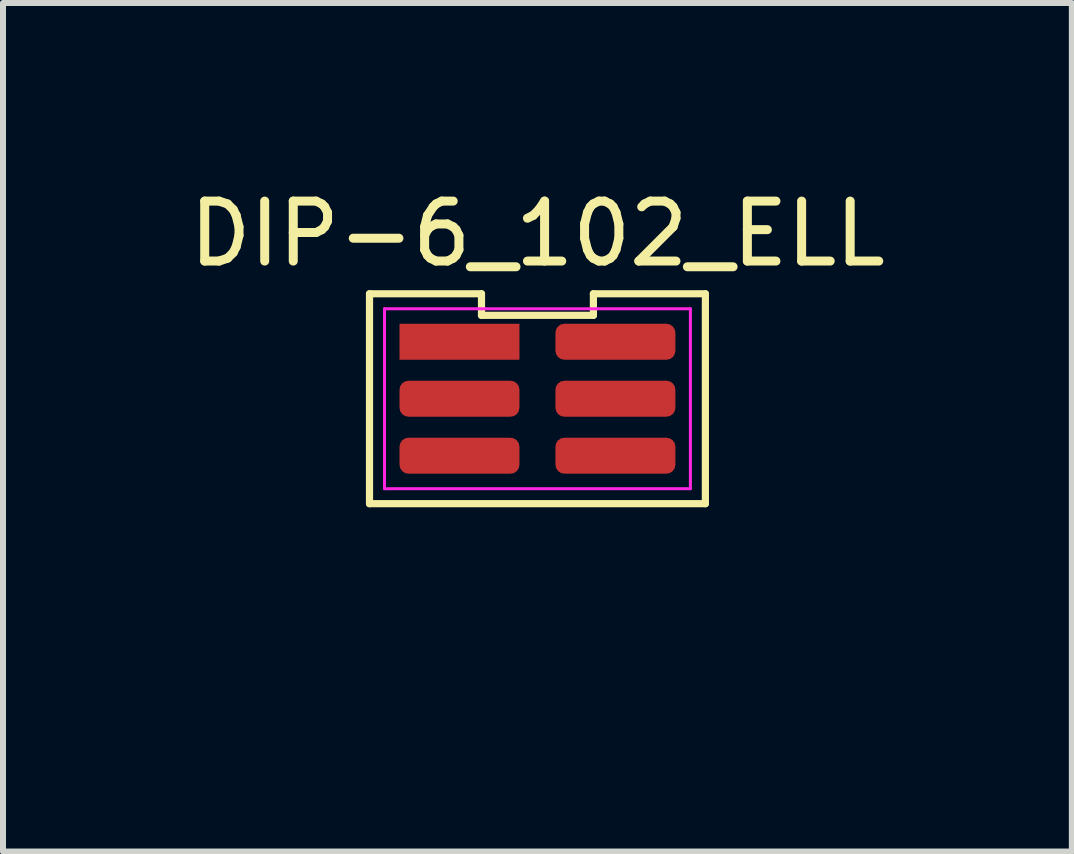
<source format=kicad_pcb>
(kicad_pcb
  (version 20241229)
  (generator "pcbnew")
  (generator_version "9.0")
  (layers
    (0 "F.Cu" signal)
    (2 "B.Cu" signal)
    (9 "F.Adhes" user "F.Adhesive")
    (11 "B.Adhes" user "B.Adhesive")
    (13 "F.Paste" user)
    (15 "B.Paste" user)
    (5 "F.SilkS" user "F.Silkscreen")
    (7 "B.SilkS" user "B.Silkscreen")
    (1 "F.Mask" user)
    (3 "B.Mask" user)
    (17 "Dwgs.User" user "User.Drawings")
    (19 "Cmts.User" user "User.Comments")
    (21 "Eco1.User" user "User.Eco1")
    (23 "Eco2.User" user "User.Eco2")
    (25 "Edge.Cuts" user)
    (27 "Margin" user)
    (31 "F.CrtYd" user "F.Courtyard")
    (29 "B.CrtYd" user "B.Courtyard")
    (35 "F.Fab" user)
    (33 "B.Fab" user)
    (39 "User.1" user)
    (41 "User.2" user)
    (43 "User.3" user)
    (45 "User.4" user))
  (footprint "DIP-6_102_ELL"
    (layer "F.Cu")
    (at 6.211 7.898)
    (property "Reference" "DIP-6_102_ELL" (at -0.3 -7.05 0) (layer "F.SilkS") (effects (font (size 1 1) (thickness 0.15))))
    (attr through_hole)
    (fp_line (start -3.1 -6.05) (end -3.1 -2.55) (stroke (width 0.12) (type default)) (layer "F.SilkS"))
    (fp_line (start -3.1 -2.55) (end 2.5 -2.55) (stroke (width 0.12) (type default)) (layer "F.SilkS"))
    (fp_line (start -1.233 -6.05) (end -3.1 -6.05) (stroke (width 0.12) (type default)) (layer "F.SilkS"))
    (fp_line (start -1.233 -5.69) (end -1.233 -6.05) (stroke (width 0.12) (type default)) (layer "F.SilkS"))
    (fp_line (start 0.633 -6.05) (end 0.633 -5.69) (stroke (width 0.12) (type default)) (layer "F.SilkS"))
    (fp_line (start 0.633 -5.69) (end -1.233 -5.69) (stroke (width 0.12) (type default)) (layer "F.SilkS"))
    (fp_line (start 2.5 -6.05) (end 0.633 -6.05) (stroke (width 0.12) (type default)) (layer "F.SilkS"))
    (fp_line (start 2.5 -2.55) (end 2.5 -6.05) (stroke (width 0.12) (type default)) (layer "F.SilkS"))
    (fp_line (start -2.85 -5.8) (end 2.25 -5.8) (stroke (width 0.05) (type default)) (layer "F.CrtYd"))
    (fp_line (start -2.85 -2.8) (end -2.85 -5.8) (stroke (width 0.05) (type default)) (layer "F.CrtYd"))
    (fp_line (start 2.25 -5.8) (end 2.25 -2.8) (stroke (width 0.05) (type default)) (layer "F.CrtYd"))
    (fp_line (start 2.25 -2.8) (end -2.85 -2.8) (stroke (width 0.05) (type default)) (layer "F.CrtYd"))
    (pad "1" smd rect (at -1.6 -5.25 270) (size 0.6 2) (layers "F.Cu" "F.Mask" "F.Paste"))
    (pad "2" smd roundrect (at -1.6 -4.3 270) (size 0.6 2) (layers "F.Cu" "F.Mask" "F.Paste") (roundrect_rratio 0.25))
    (pad "3" smd roundrect (at -1.6 -3.35 270) (size 0.6 2) (layers "F.Cu" "F.Mask" "F.Paste") (roundrect_rratio 0.25))
    (pad "4" smd roundrect (at 1 -3.35 270) (size 0.6 2) (layers "F.Cu" "F.Mask" "F.Paste") (roundrect_rratio 0.25))
    (pad "5" smd roundrect (at 1 -4.3 270) (size 0.6 2) (layers "F.Cu" "F.Mask" "F.Paste") (roundrect_rratio 0.25))
    (pad "6" smd roundrect (at 1 -5.25 270) (size 0.6 2) (layers "F.Cu" "F.Mask" "F.Paste") (roundrect_rratio 0.25)))
  (gr_rect
    (start -3 -3)
    (end 14.821 11.148)
    (stroke (width 0.1) (type default))
    (fill no)
    (layer "Edge.Cuts")))
</source>
